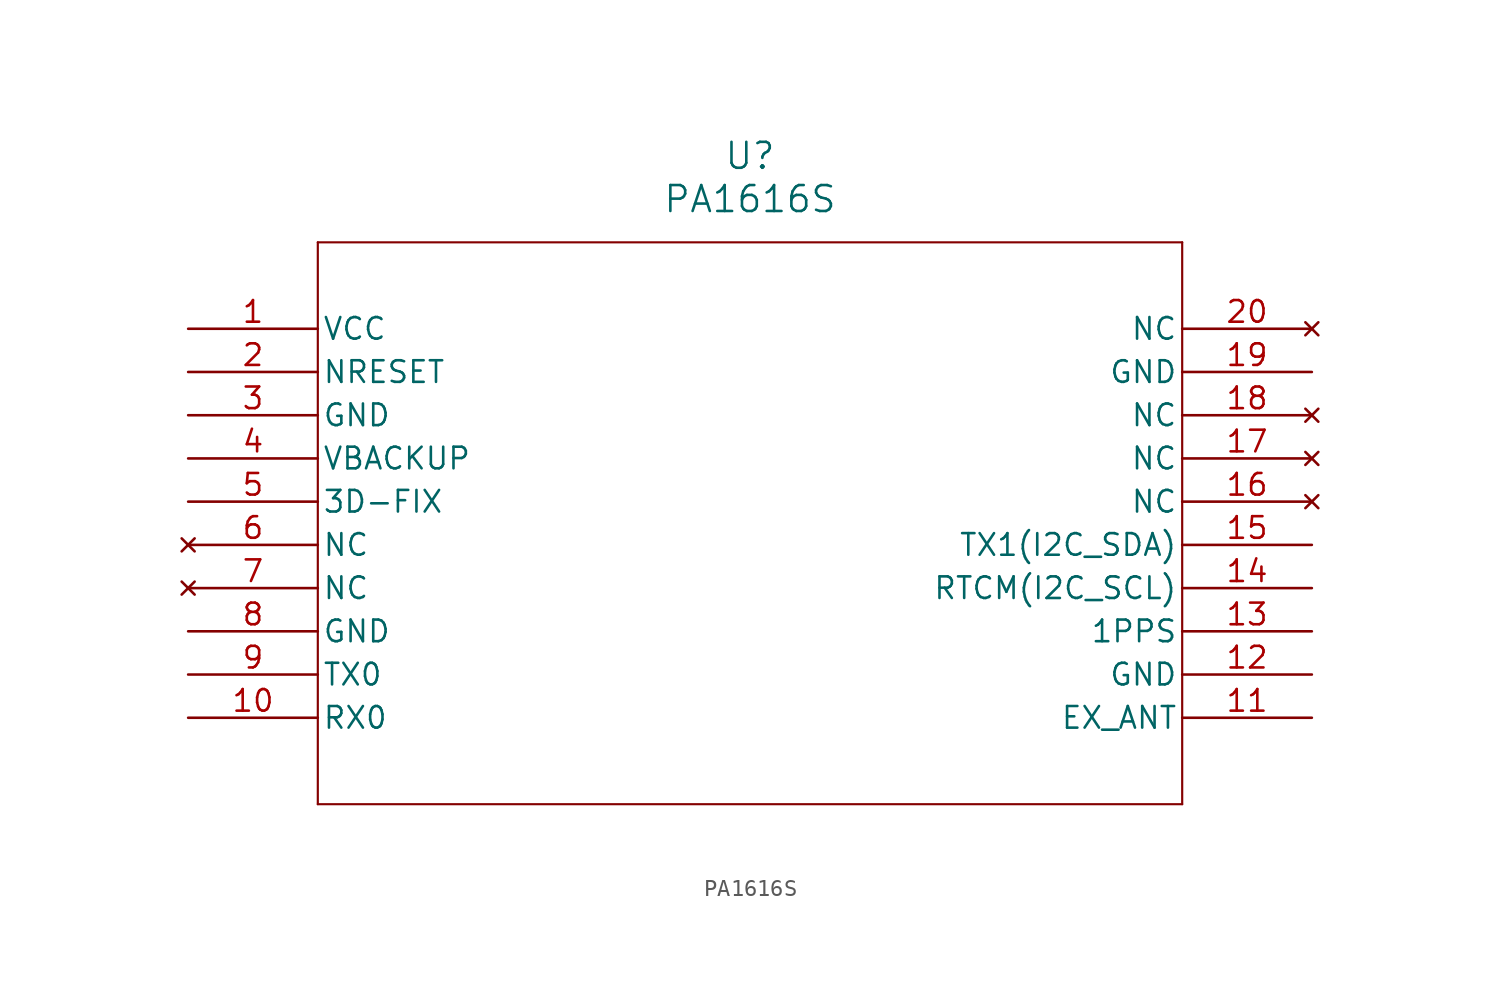
<source format=kicad_sym>
(kicad_symbol_lib
  (version 20241209)
  (generator "kicad_symbol_editor")
  (generator_version "9.0")
  (symbol "PA1616S"
    (pin_names
      (offset 0.254))
    (property "Reference" "U"
      (at 33.02 10.16 0)
      (effects (font (size 1.524 1.524))))
    (property "Value" "PA1616S"
      (at 33.02 7.62 0)
      (effects (font (size 1.524 1.524))))
    (property "ki_locked" ""
      (at 0 0 0)
      (effects (font (size 1.27 1.27))))
    (symbol "PA1616S_0_1"
      (polyline (pts (xy 7.62 5.08) (xy 7.62 -27.94)) (stroke (width 0.127) (type default)) (fill (type none)))
      (polyline (pts (xy 7.62 -27.94) (xy 58.42 -27.94)) (stroke (width 0.127) (type default)) (fill (type none)))
      (polyline (pts (xy 58.42 5.08) (xy 7.62 5.08)) (stroke (width 0.127) (type default)) (fill (type none)))
      (polyline (pts (xy 58.42 -27.94) (xy 58.42 5.08)) (stroke (width 0.127) (type default)) (fill (type none)))
      (pin power_in line (at 0 0 0) (length 7.62) (name "VCC" (effects (font (size 1.27 1.27)))) (number "1" (effects (font (size 1.27 1.27)))))
      (pin input line (at 0 -2.54 0) (length 7.62) (name "NRESET" (effects (font (size 1.27 1.27)))) (number "2" (effects (font (size 1.27 1.27)))))
      (pin power_out line (at 0 -5.08 0) (length 7.62) (name "GND" (effects (font (size 1.27 1.27)))) (number "3" (effects (font (size 1.27 1.27)))))
      (pin power_in line (at 0 -7.62 0) (length 7.62) (name "VBACKUP" (effects (font (size 1.27 1.27)))) (number "4" (effects (font (size 1.27 1.27)))))
      (pin output line (at 0 -10.16 0) (length 7.62) (name "3D-FIX" (effects (font (size 1.27 1.27)))) (number "5" (effects (font (size 1.27 1.27)))))
      (pin no_connect line (at 0 -12.7 0) (length 7.62) (name "NC" (effects (font (size 1.27 1.27)))) (number "6" (effects (font (size 1.27 1.27)))))
      (pin no_connect line (at 0 -15.24 0) (length 7.62) (name "NC" (effects (font (size 1.27 1.27)))) (number "7" (effects (font (size 1.27 1.27)))))
      (pin power_out line (at 0 -17.78 0) (length 7.62) (name "GND" (effects (font (size 1.27 1.27)))) (number "8" (effects (font (size 1.27 1.27)))))
      (pin output line (at 0 -20.32 0) (length 7.62) (name "TX0" (effects (font (size 1.27 1.27)))) (number "9" (effects (font (size 1.27 1.27)))))
      (pin input line (at 0 -22.86 0) (length 7.62) (name "RX0" (effects (font (size 1.27 1.27)))) (number "10" (effects (font (size 1.27 1.27)))))
      (pin no_connect line (at 66.04 0 180) (length 7.62) (name "NC" (effects (font (size 1.27 1.27)))) (number "20" (effects (font (size 1.27 1.27)))))
      (pin power_out line (at 66.04 -2.54 180) (length 7.62) (name "GND" (effects (font (size 1.27 1.27)))) (number "19" (effects (font (size 1.27 1.27)))))
      (pin no_connect line (at 66.04 -5.08 180) (length 7.62) (name "NC" (effects (font (size 1.27 1.27)))) (number "18" (effects (font (size 1.27 1.27)))))
      (pin no_connect line (at 66.04 -7.62 180) (length 7.62) (name "NC" (effects (font (size 1.27 1.27)))) (number "17" (effects (font (size 1.27 1.27)))))
      (pin no_connect line (at 66.04 -10.16 180) (length 7.62) (name "NC" (effects (font (size 1.27 1.27)))) (number "16" (effects (font (size 1.27 1.27)))))
      (pin output line (at 66.04 -12.7 180) (length 7.62) (name "TX1(I2C_SDA)" (effects (font (size 1.27 1.27)))) (number "15" (effects (font (size 1.27 1.27)))))
      (pin input line (at 66.04 -15.24 180) (length 7.62) (name "RTCM(I2C_SCL)" (effects (font (size 1.27 1.27)))) (number "14" (effects (font (size 1.27 1.27)))))
      (pin output line (at 66.04 -17.78 180) (length 7.62) (name "1PPS" (effects (font (size 1.27 1.27)))) (number "13" (effects (font (size 1.27 1.27)))))
      (pin power_out line (at 66.04 -20.32 180) (length 7.62) (name "GND" (effects (font (size 1.27 1.27)))) (number "12" (effects (font (size 1.27 1.27)))))
      (pin input line (at 66.04 -22.86 180) (length 7.62) (name "EX_ANT" (effects (font (size 1.27 1.27)))) (number "11" (effects (font (size 1.27 1.27))))))))
</source>
